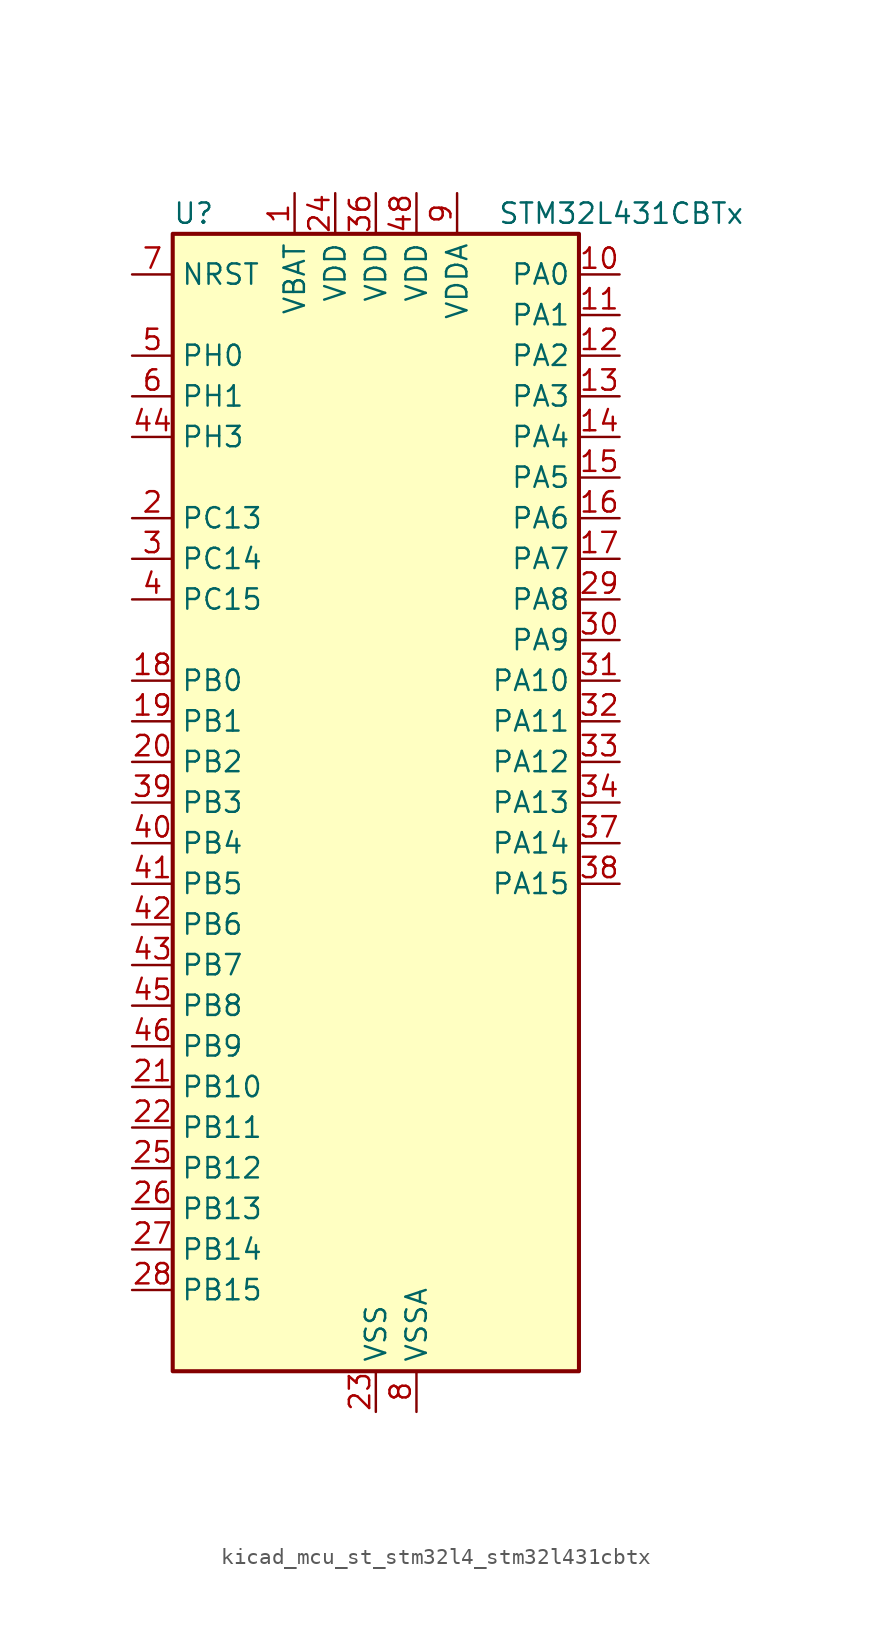
<source format=kicad_sym>
(kicad_symbol_lib
  (version 20220914)
  (generator kicad_symbol_editor)
  (symbol "kicad_mcu_st_stm32l4_stm32l431cbtx"
    (property "Reference" "U"
      (at -12.7 36.83 0)
      (effects (font (size 1.27 1.27)) (justify left)))
    (property "Value" "STM32L431CBTx"
      (at 7.62 36.83 0)
      (effects (font (size 1.27 1.27)) (justify left)))
    (property "ki_locked" ""
      (at 0 0 0)
      (effects (font (size 1.27 1.27))))
    (symbol "kicad_mcu_st_stm32l4_stm32l431cbtx_0_1"
      (rectangle (start -12.7 -35.56) (end 12.7 35.56) (stroke (width 0.254) (type default)) (fill (type background))))
    (symbol "kicad_mcu_st_stm32l4_stm32l431cbtx_1_1"
      (pin power_in line (at -5.08 38.1 270) (length 2.54) (name "VBAT" (effects (font (size 1.27 1.27)))) (number "1" (effects (font (size 1.27 1.27)))))
      (pin bidirectional line (at 15.24 33.02 180) (length 2.54) (name "PA0" (effects (font (size 1.27 1.27)))) (number "10" (effects (font (size 1.27 1.27)))) (alternate "ADC1_IN5" bidirectional line) (alternate "COMP1_INM" bidirectional line) (alternate "COMP1_OUT" bidirectional line) (alternate "OPAMP1_VINP" bidirectional line) (alternate "RTC_TAMP2" bidirectional line) (alternate "SAI1_EXTCLK" bidirectional line) (alternate "SYS_WKUP1" bidirectional line) (alternate "TIM2_CH1" bidirectional line) (alternate "TIM2_ETR" bidirectional line) (alternate "USART2_CTS" bidirectional line))
      (pin bidirectional line (at 15.24 30.48 180) (length 2.54) (name "PA1" (effects (font (size 1.27 1.27)))) (number "11" (effects (font (size 1.27 1.27)))) (alternate "ADC1_IN6" bidirectional line) (alternate "COMP1_INP" bidirectional line) (alternate "I2C1_SMBA" bidirectional line) (alternate "OPAMP1_VINM" bidirectional line) (alternate "SPI1_SCK" bidirectional line) (alternate "TIM15_CH1N" bidirectional line) (alternate "TIM2_CH2" bidirectional line) (alternate "USART2_DE" bidirectional line) (alternate "USART2_RTS" bidirectional line))
      (pin bidirectional line (at 15.24 27.94 180) (length 2.54) (name "PA2" (effects (font (size 1.27 1.27)))) (number "12" (effects (font (size 1.27 1.27)))) (alternate "ADC1_IN7" bidirectional line) (alternate "COMP2_INM" bidirectional line) (alternate "COMP2_OUT" bidirectional line) (alternate "LPUART1_TX" bidirectional line) (alternate "QUADSPI_BK1_NCS" bidirectional line) (alternate "RCC_LSCO" bidirectional line) (alternate "SYS_WKUP4" bidirectional line) (alternate "TIM15_CH1" bidirectional line) (alternate "TIM2_CH3" bidirectional line) (alternate "USART2_TX" bidirectional line))
      (pin bidirectional line (at 15.24 25.4 180) (length 2.54) (name "PA3" (effects (font (size 1.27 1.27)))) (number "13" (effects (font (size 1.27 1.27)))) (alternate "ADC1_IN8" bidirectional line) (alternate "COMP2_INP" bidirectional line) (alternate "LPUART1_RX" bidirectional line) (alternate "OPAMP1_VOUT" bidirectional line) (alternate "QUADSPI_CLK" bidirectional line) (alternate "SAI1_MCLK_A" bidirectional line) (alternate "TIM15_CH2" bidirectional line) (alternate "TIM2_CH4" bidirectional line) (alternate "USART2_RX" bidirectional line))
      (pin bidirectional line (at 15.24 22.86 180) (length 2.54) (name "PA4" (effects (font (size 1.27 1.27)))) (number "14" (effects (font (size 1.27 1.27)))) (alternate "ADC1_IN9" bidirectional line) (alternate "COMP1_INM" bidirectional line) (alternate "COMP2_INM" bidirectional line) (alternate "DAC1_OUT1" bidirectional line) (alternate "LPTIM2_OUT" bidirectional line) (alternate "SAI1_FS_B" bidirectional line) (alternate "SPI1_NSS" bidirectional line) (alternate "SPI3_NSS" bidirectional line) (alternate "USART2_CK" bidirectional line))
      (pin bidirectional line (at 15.24 20.32 180) (length 2.54) (name "PA5" (effects (font (size 1.27 1.27)))) (number "15" (effects (font (size 1.27 1.27)))) (alternate "ADC1_IN10" bidirectional line) (alternate "COMP1_INM" bidirectional line) (alternate "COMP2_INM" bidirectional line) (alternate "DAC1_OUT2" bidirectional line) (alternate "LPTIM2_ETR" bidirectional line) (alternate "SPI1_SCK" bidirectional line) (alternate "TIM2_CH1" bidirectional line) (alternate "TIM2_ETR" bidirectional line))
      (pin bidirectional line (at 15.24 17.78 180) (length 2.54) (name "PA6" (effects (font (size 1.27 1.27)))) (number "16" (effects (font (size 1.27 1.27)))) (alternate "ADC1_IN11" bidirectional line) (alternate "COMP1_OUT" bidirectional line) (alternate "LPUART1_CTS" bidirectional line) (alternate "QUADSPI_BK1_IO3" bidirectional line) (alternate "SPI1_MISO" bidirectional line) (alternate "TIM16_CH1" bidirectional line) (alternate "TIM1_BKIN" bidirectional line) (alternate "TIM1_BKIN_COMP2" bidirectional line) (alternate "USART3_CTS" bidirectional line))
      (pin bidirectional line (at 15.24 15.24 180) (length 2.54) (name "PA7" (effects (font (size 1.27 1.27)))) (number "17" (effects (font (size 1.27 1.27)))) (alternate "ADC1_IN12" bidirectional line) (alternate "COMP2_OUT" bidirectional line) (alternate "I2C3_SCL" bidirectional line) (alternate "QUADSPI_BK1_IO2" bidirectional line) (alternate "SPI1_MOSI" bidirectional line) (alternate "TIM1_CH1N" bidirectional line))
      (pin bidirectional line (at -15.24 7.62 0) (length 2.54) (name "PB0" (effects (font (size 1.27 1.27)))) (number "18" (effects (font (size 1.27 1.27)))) (alternate "ADC1_IN15" bidirectional line) (alternate "COMP1_OUT" bidirectional line) (alternate "QUADSPI_BK1_IO1" bidirectional line) (alternate "SAI1_EXTCLK" bidirectional line) (alternate "SPI1_NSS" bidirectional line) (alternate "TIM1_CH2N" bidirectional line) (alternate "USART3_CK" bidirectional line))
      (pin bidirectional line (at -15.24 5.08 0) (length 2.54) (name "PB1" (effects (font (size 1.27 1.27)))) (number "19" (effects (font (size 1.27 1.27)))) (alternate "ADC1_IN16" bidirectional line) (alternate "COMP1_INM" bidirectional line) (alternate "LPTIM2_IN1" bidirectional line) (alternate "LPUART1_DE" bidirectional line) (alternate "LPUART1_RTS" bidirectional line) (alternate "QUADSPI_BK1_IO0" bidirectional line) (alternate "TIM1_CH3N" bidirectional line) (alternate "USART3_DE" bidirectional line) (alternate "USART3_RTS" bidirectional line))
      (pin bidirectional line (at -15.24 17.78 0) (length 2.54) (name "PC13" (effects (font (size 1.27 1.27)))) (number "2" (effects (font (size 1.27 1.27)))) (alternate "RTC_OUT_ALARM" bidirectional line) (alternate "RTC_OUT_CALIB" bidirectional line) (alternate "RTC_TAMP1" bidirectional line) (alternate "RTC_TS" bidirectional line) (alternate "SYS_WKUP2" bidirectional line))
      (pin bidirectional line (at -15.24 2.54 0) (length 2.54) (name "PB2" (effects (font (size 1.27 1.27)))) (number "20" (effects (font (size 1.27 1.27)))) (alternate "COMP1_INP" bidirectional line) (alternate "I2C3_SMBA" bidirectional line) (alternate "LPTIM1_OUT" bidirectional line) (alternate "RTC_OUT_ALARM" bidirectional line) (alternate "RTC_OUT_CALIB" bidirectional line))
      (pin bidirectional line (at -15.24 -17.78 0) (length 2.54) (name "PB10" (effects (font (size 1.27 1.27)))) (number "21" (effects (font (size 1.27 1.27)))) (alternate "COMP1_OUT" bidirectional line) (alternate "I2C2_SCL" bidirectional line) (alternate "LPUART1_RX" bidirectional line) (alternate "QUADSPI_CLK" bidirectional line) (alternate "SAI1_SCK_A" bidirectional line) (alternate "SPI2_SCK" bidirectional line) (alternate "TIM2_CH3" bidirectional line) (alternate "TSC_SYNC" bidirectional line) (alternate "USART3_TX" bidirectional line))
      (pin bidirectional line (at -15.24 -20.32 0) (length 2.54) (name "PB11" (effects (font (size 1.27 1.27)))) (number "22" (effects (font (size 1.27 1.27)))) (alternate "ADC1_EXTI11" bidirectional line) (alternate "COMP2_OUT" bidirectional line) (alternate "I2C2_SDA" bidirectional line) (alternate "LPUART1_TX" bidirectional line) (alternate "QUADSPI_BK1_NCS" bidirectional line) (alternate "TIM2_CH4" bidirectional line) (alternate "USART3_RX" bidirectional line))
      (pin power_in line (at 0 -38.1 90) (length 2.54) (name "VSS" (effects (font (size 1.27 1.27)))) (number "23" (effects (font (size 1.27 1.27)))))
      (pin power_in line (at -2.54 38.1 270) (length 2.54) (name "VDD" (effects (font (size 1.27 1.27)))) (number "24" (effects (font (size 1.27 1.27)))))
      (pin bidirectional line (at -15.24 -22.86 0) (length 2.54) (name "PB12" (effects (font (size 1.27 1.27)))) (number "25" (effects (font (size 1.27 1.27)))) (alternate "I2C2_SMBA" bidirectional line) (alternate "LPUART1_DE" bidirectional line) (alternate "LPUART1_RTS" bidirectional line) (alternate "SAI1_FS_A" bidirectional line) (alternate "SPI2_NSS" bidirectional line) (alternate "SWPMI1_IO" bidirectional line) (alternate "TIM15_BKIN" bidirectional line) (alternate "TIM1_BKIN" bidirectional line) (alternate "TIM1_BKIN_COMP2" bidirectional line) (alternate "TSC_G1_IO1" bidirectional line) (alternate "USART3_CK" bidirectional line))
      (pin bidirectional line (at -15.24 -25.4 0) (length 2.54) (name "PB13" (effects (font (size 1.27 1.27)))) (number "26" (effects (font (size 1.27 1.27)))) (alternate "I2C2_SCL" bidirectional line) (alternate "LPUART1_CTS" bidirectional line) (alternate "SAI1_SCK_A" bidirectional line) (alternate "SPI2_SCK" bidirectional line) (alternate "SWPMI1_TX" bidirectional line) (alternate "TIM15_CH1N" bidirectional line) (alternate "TIM1_CH1N" bidirectional line) (alternate "TSC_G1_IO2" bidirectional line) (alternate "USART3_CTS" bidirectional line))
      (pin bidirectional line (at -15.24 -27.94 0) (length 2.54) (name "PB14" (effects (font (size 1.27 1.27)))) (number "27" (effects (font (size 1.27 1.27)))) (alternate "I2C2_SDA" bidirectional line) (alternate "SAI1_MCLK_A" bidirectional line) (alternate "SPI2_MISO" bidirectional line) (alternate "SWPMI1_RX" bidirectional line) (alternate "TIM15_CH1" bidirectional line) (alternate "TIM1_CH2N" bidirectional line) (alternate "TSC_G1_IO3" bidirectional line) (alternate "USART3_DE" bidirectional line) (alternate "USART3_RTS" bidirectional line))
      (pin bidirectional line (at -15.24 -30.48 0) (length 2.54) (name "PB15" (effects (font (size 1.27 1.27)))) (number "28" (effects (font (size 1.27 1.27)))) (alternate "ADC1_EXTI15" bidirectional line) (alternate "RTC_REFIN" bidirectional line) (alternate "SAI1_SD_A" bidirectional line) (alternate "SPI2_MOSI" bidirectional line) (alternate "SWPMI1_SUSPEND" bidirectional line) (alternate "TIM15_CH2" bidirectional line) (alternate "TIM1_CH3N" bidirectional line) (alternate "TSC_G1_IO4" bidirectional line))
      (pin bidirectional line (at 15.24 12.7 180) (length 2.54) (name "PA8" (effects (font (size 1.27 1.27)))) (number "29" (effects (font (size 1.27 1.27)))) (alternate "LPTIM2_OUT" bidirectional line) (alternate "RCC_MCO" bidirectional line) (alternate "SAI1_SCK_A" bidirectional line) (alternate "SWPMI1_IO" bidirectional line) (alternate "TIM1_CH1" bidirectional line) (alternate "USART1_CK" bidirectional line))
      (pin bidirectional line (at -15.24 15.24 0) (length 2.54) (name "PC14" (effects (font (size 1.27 1.27)))) (number "3" (effects (font (size 1.27 1.27)))) (alternate "RCC_OSC32_IN" bidirectional line))
      (pin bidirectional line (at 15.24 10.16 180) (length 2.54) (name "PA9" (effects (font (size 1.27 1.27)))) (number "30" (effects (font (size 1.27 1.27)))) (alternate "DAC1_EXTI9" bidirectional line) (alternate "I2C1_SCL" bidirectional line) (alternate "SAI1_FS_A" bidirectional line) (alternate "TIM15_BKIN" bidirectional line) (alternate "TIM1_CH2" bidirectional line) (alternate "USART1_TX" bidirectional line))
      (pin bidirectional line (at 15.24 7.62 180) (length 2.54) (name "PA10" (effects (font (size 1.27 1.27)))) (number "31" (effects (font (size 1.27 1.27)))) (alternate "I2C1_SDA" bidirectional line) (alternate "SAI1_SD_A" bidirectional line) (alternate "TIM1_CH3" bidirectional line) (alternate "USART1_RX" bidirectional line))
      (pin bidirectional line (at 15.24 5.08 180) (length 2.54) (name "PA11" (effects (font (size 1.27 1.27)))) (number "32" (effects (font (size 1.27 1.27)))) (alternate "ADC1_EXTI11" bidirectional line) (alternate "CAN1_RX" bidirectional line) (alternate "COMP1_OUT" bidirectional line) (alternate "SPI1_MISO" bidirectional line) (alternate "TIM1_BKIN2" bidirectional line) (alternate "TIM1_BKIN2_COMP1" bidirectional line) (alternate "TIM1_CH4" bidirectional line) (alternate "USART1_CTS" bidirectional line))
      (pin bidirectional line (at 15.24 2.54 180) (length 2.54) (name "PA12" (effects (font (size 1.27 1.27)))) (number "33" (effects (font (size 1.27 1.27)))) (alternate "CAN1_TX" bidirectional line) (alternate "SPI1_MOSI" bidirectional line) (alternate "TIM1_ETR" bidirectional line) (alternate "USART1_DE" bidirectional line) (alternate "USART1_RTS" bidirectional line))
      (pin bidirectional line (at 15.24 0 180) (length 2.54) (name "PA13" (effects (font (size 1.27 1.27)))) (number "34" (effects (font (size 1.27 1.27)))) (alternate "IR_OUT" bidirectional line) (alternate "SAI1_SD_B" bidirectional line) (alternate "SWPMI1_TX" bidirectional line) (alternate "SYS_JTMS-SWDIO" bidirectional line))
      (pin passive line (at 0 -38.1 90) (length 2.54) hide (name "VSS" (effects (font (size 1.27 1.27)))) (number "35" (effects (font (size 1.27 1.27)))))
      (pin power_in line (at 0 38.1 270) (length 2.54) (name "VDD" (effects (font (size 1.27 1.27)))) (number "36" (effects (font (size 1.27 1.27)))))
      (pin bidirectional line (at 15.24 -2.54 180) (length 2.54) (name "PA14" (effects (font (size 1.27 1.27)))) (number "37" (effects (font (size 1.27 1.27)))) (alternate "I2C1_SMBA" bidirectional line) (alternate "LPTIM1_OUT" bidirectional line) (alternate "SAI1_FS_B" bidirectional line) (alternate "SWPMI1_RX" bidirectional line) (alternate "SYS_JTCK-SWCLK" bidirectional line))
      (pin bidirectional line (at 15.24 -5.08 180) (length 2.54) (name "PA15" (effects (font (size 1.27 1.27)))) (number "38" (effects (font (size 1.27 1.27)))) (alternate "ADC1_EXTI15" bidirectional line) (alternate "SPI1_NSS" bidirectional line) (alternate "SPI3_NSS" bidirectional line) (alternate "SWPMI1_SUSPEND" bidirectional line) (alternate "SYS_JTDI" bidirectional line) (alternate "TIM2_CH1" bidirectional line) (alternate "TIM2_ETR" bidirectional line) (alternate "USART2_RX" bidirectional line) (alternate "USART3_DE" bidirectional line) (alternate "USART3_RTS" bidirectional line))
      (pin bidirectional line (at -15.24 0 0) (length 2.54) (name "PB3" (effects (font (size 1.27 1.27)))) (number "39" (effects (font (size 1.27 1.27)))) (alternate "COMP2_INM" bidirectional line) (alternate "SAI1_SCK_B" bidirectional line) (alternate "SPI1_SCK" bidirectional line) (alternate "SPI3_SCK" bidirectional line) (alternate "SYS_JTDO-SWO" bidirectional line) (alternate "TIM2_CH2" bidirectional line) (alternate "USART1_DE" bidirectional line) (alternate "USART1_RTS" bidirectional line))
      (pin bidirectional line (at -15.24 12.7 0) (length 2.54) (name "PC15" (effects (font (size 1.27 1.27)))) (number "4" (effects (font (size 1.27 1.27)))) (alternate "ADC1_EXTI15" bidirectional line) (alternate "RCC_OSC32_OUT" bidirectional line))
      (pin bidirectional line (at -15.24 -2.54 0) (length 2.54) (name "PB4" (effects (font (size 1.27 1.27)))) (number "40" (effects (font (size 1.27 1.27)))) (alternate "COMP2_INP" bidirectional line) (alternate "I2C3_SDA" bidirectional line) (alternate "SAI1_MCLK_B" bidirectional line) (alternate "SPI1_MISO" bidirectional line) (alternate "SPI3_MISO" bidirectional line) (alternate "SYS_JTRST" bidirectional line) (alternate "TSC_G2_IO1" bidirectional line) (alternate "USART1_CTS" bidirectional line))
      (pin bidirectional line (at -15.24 -5.08 0) (length 2.54) (name "PB5" (effects (font (size 1.27 1.27)))) (number "41" (effects (font (size 1.27 1.27)))) (alternate "COMP2_OUT" bidirectional line) (alternate "I2C1_SMBA" bidirectional line) (alternate "LPTIM1_IN1" bidirectional line) (alternate "SAI1_SD_B" bidirectional line) (alternate "SPI1_MOSI" bidirectional line) (alternate "SPI3_MOSI" bidirectional line) (alternate "TIM16_BKIN" bidirectional line) (alternate "TSC_G2_IO2" bidirectional line) (alternate "USART1_CK" bidirectional line))
      (pin bidirectional line (at -15.24 -7.62 0) (length 2.54) (name "PB6" (effects (font (size 1.27 1.27)))) (number "42" (effects (font (size 1.27 1.27)))) (alternate "COMP2_INP" bidirectional line) (alternate "I2C1_SCL" bidirectional line) (alternate "LPTIM1_ETR" bidirectional line) (alternate "SAI1_FS_B" bidirectional line) (alternate "TIM16_CH1N" bidirectional line) (alternate "TSC_G2_IO3" bidirectional line) (alternate "USART1_TX" bidirectional line))
      (pin bidirectional line (at -15.24 -10.16 0) (length 2.54) (name "PB7" (effects (font (size 1.27 1.27)))) (number "43" (effects (font (size 1.27 1.27)))) (alternate "COMP2_INM" bidirectional line) (alternate "I2C1_SDA" bidirectional line) (alternate "LPTIM1_IN2" bidirectional line) (alternate "SYS_PVD_IN" bidirectional line) (alternate "TSC_G2_IO4" bidirectional line) (alternate "USART1_RX" bidirectional line))
      (pin bidirectional line (at -15.24 22.86 0) (length 2.54) (name "PH3" (effects (font (size 1.27 1.27)))) (number "44" (effects (font (size 1.27 1.27)))))
      (pin bidirectional line (at -15.24 -12.7 0) (length 2.54) (name "PB8" (effects (font (size 1.27 1.27)))) (number "45" (effects (font (size 1.27 1.27)))) (alternate "CAN1_RX" bidirectional line) (alternate "I2C1_SCL" bidirectional line) (alternate "SAI1_MCLK_A" bidirectional line) (alternate "TIM16_CH1" bidirectional line))
      (pin bidirectional line (at -15.24 -15.24 0) (length 2.54) (name "PB9" (effects (font (size 1.27 1.27)))) (number "46" (effects (font (size 1.27 1.27)))) (alternate "CAN1_TX" bidirectional line) (alternate "DAC1_EXTI9" bidirectional line) (alternate "I2C1_SDA" bidirectional line) (alternate "IR_OUT" bidirectional line) (alternate "SAI1_FS_A" bidirectional line) (alternate "SPI2_NSS" bidirectional line))
      (pin passive line (at 0 -38.1 90) (length 2.54) hide (name "VSS" (effects (font (size 1.27 1.27)))) (number "47" (effects (font (size 1.27 1.27)))))
      (pin power_in line (at 2.54 38.1 270) (length 2.54) (name "VDD" (effects (font (size 1.27 1.27)))) (number "48" (effects (font (size 1.27 1.27)))))
      (pin bidirectional line (at -15.24 27.94 0) (length 2.54) (name "PH0" (effects (font (size 1.27 1.27)))) (number "5" (effects (font (size 1.27 1.27)))) (alternate "RCC_OSC_IN" bidirectional line))
      (pin bidirectional line (at -15.24 25.4 0) (length 2.54) (name "PH1" (effects (font (size 1.27 1.27)))) (number "6" (effects (font (size 1.27 1.27)))) (alternate "RCC_OSC_OUT" bidirectional line))
      (pin input line (at -15.24 33.02 0) (length 2.54) (name "NRST" (effects (font (size 1.27 1.27)))) (number "7" (effects (font (size 1.27 1.27)))))
      (pin power_in line (at 2.54 -38.1 90) (length 2.54) (name "VSSA" (effects (font (size 1.27 1.27)))) (number "8" (effects (font (size 1.27 1.27)))))
      (pin power_in line (at 5.08 38.1 270) (length 2.54) (name "VDDA" (effects (font (size 1.27 1.27)))) (number "9" (effects (font (size 1.27 1.27))))))))
</source>
